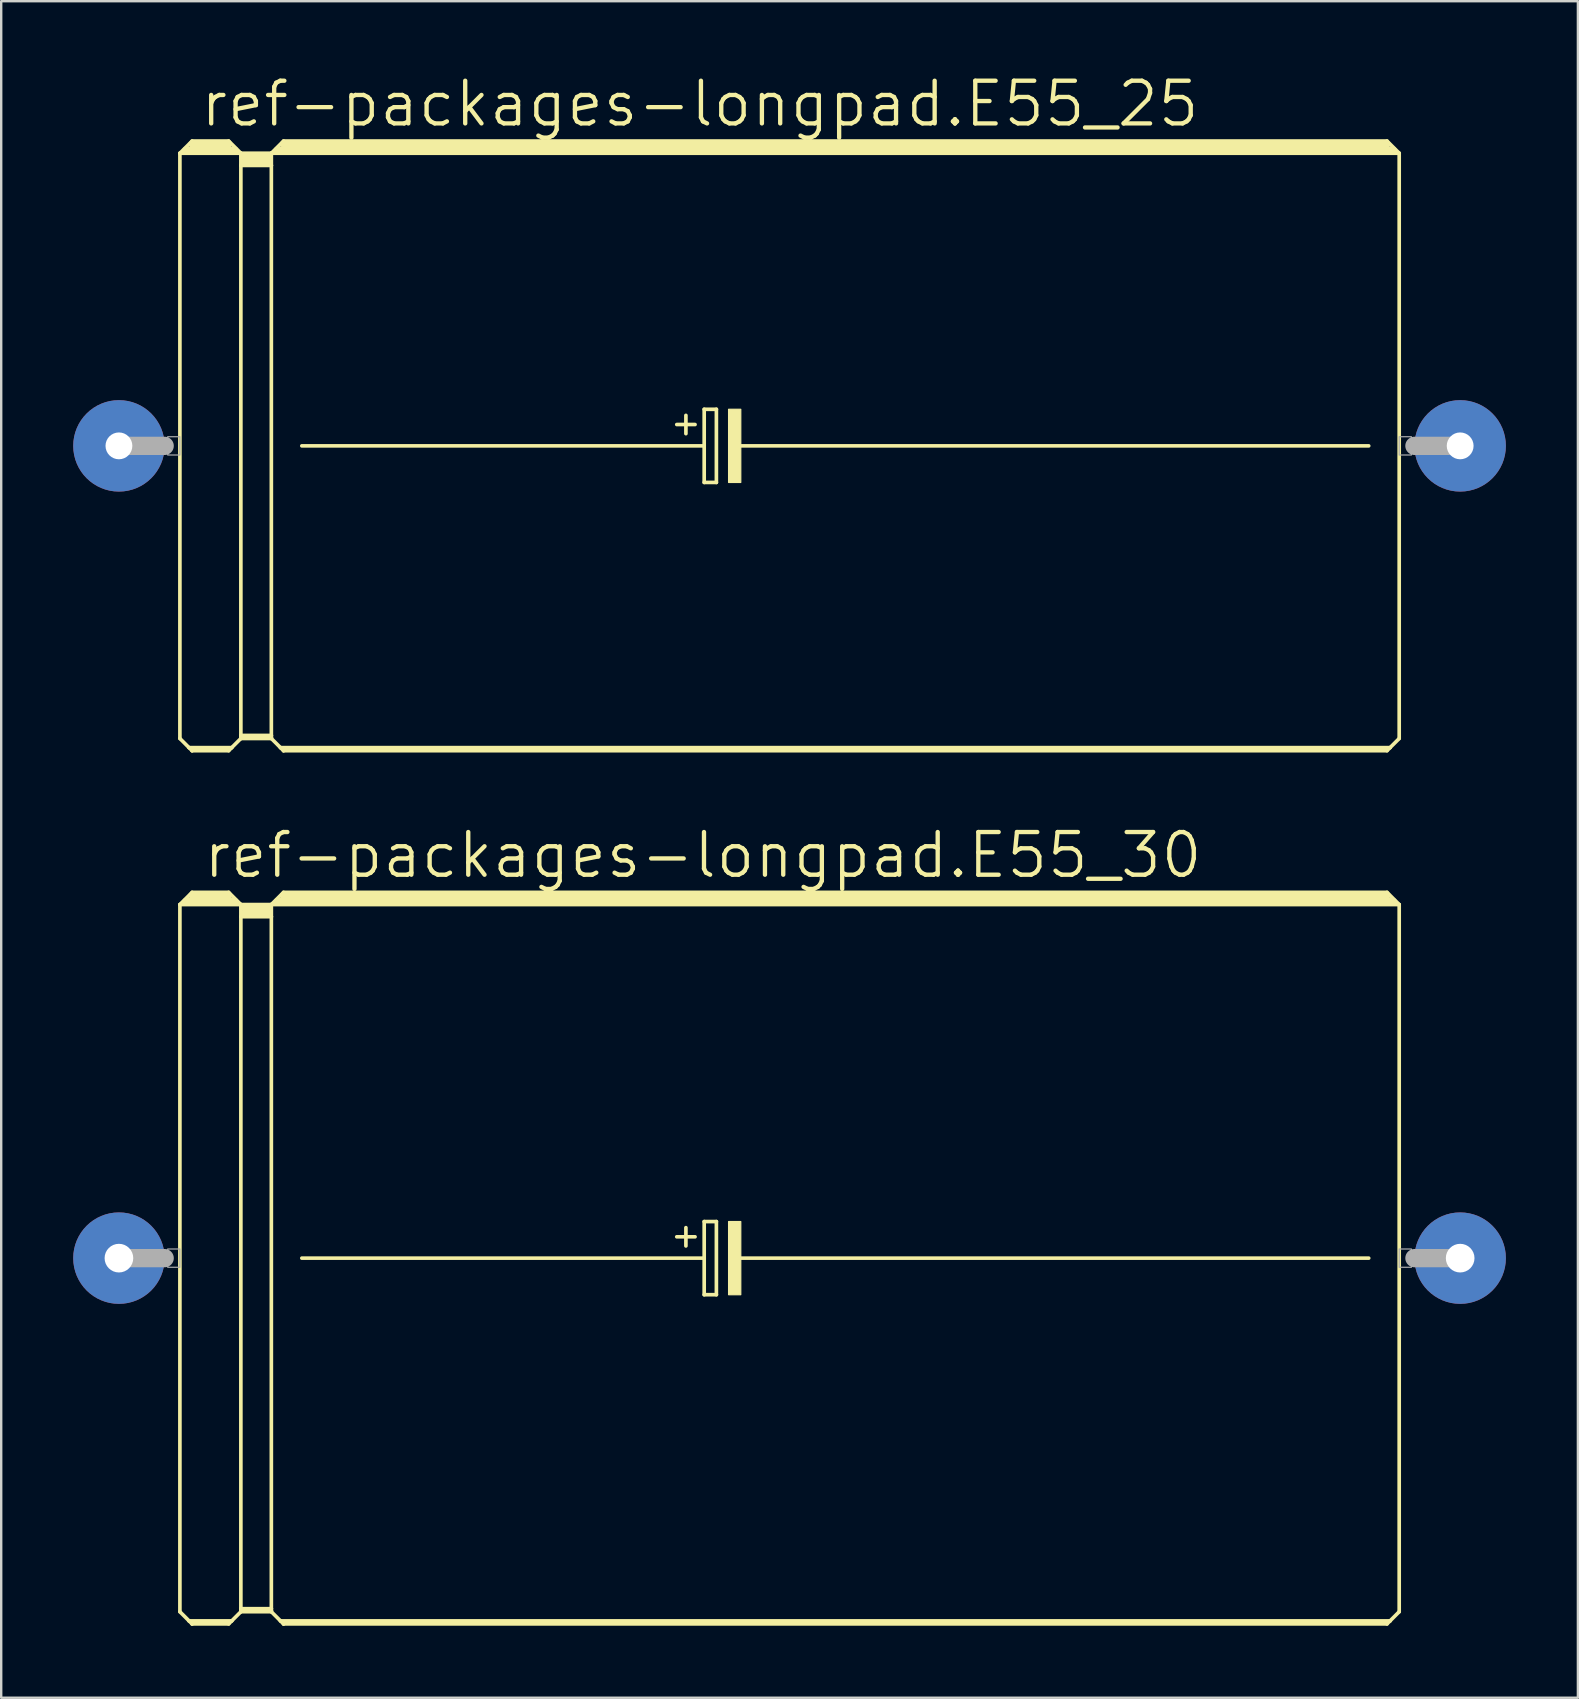
<source format=kicad_pcb>
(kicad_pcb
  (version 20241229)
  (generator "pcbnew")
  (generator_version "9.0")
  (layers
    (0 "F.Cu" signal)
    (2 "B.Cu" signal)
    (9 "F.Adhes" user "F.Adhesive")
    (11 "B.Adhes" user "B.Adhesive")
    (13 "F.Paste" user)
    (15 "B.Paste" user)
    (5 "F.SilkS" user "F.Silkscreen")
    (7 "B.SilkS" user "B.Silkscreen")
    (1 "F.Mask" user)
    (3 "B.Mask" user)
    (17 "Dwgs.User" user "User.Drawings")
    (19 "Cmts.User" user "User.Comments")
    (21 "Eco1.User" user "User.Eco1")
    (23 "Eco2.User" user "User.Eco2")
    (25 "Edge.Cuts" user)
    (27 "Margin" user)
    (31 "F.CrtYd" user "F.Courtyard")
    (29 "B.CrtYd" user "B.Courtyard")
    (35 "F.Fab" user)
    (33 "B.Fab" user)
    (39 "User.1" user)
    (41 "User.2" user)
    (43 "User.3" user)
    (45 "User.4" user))
  (footprint "ref-packages-longpad.E55_25"
    (layer "F.Cu")
    (at 29.845 15.526)
    (property "Reference" "ref-packages-longpad.E55_25" (at -24.638 -13.208 0) (layer "F.SilkS") (effects (font (size 1.778 1.778) (thickness 0.18)) (justify left bottom)))
    (attr through_hole)
    (fp_line (start -25.4 -12.192) (end -25.4 12.192) (stroke (width 0.152) (type default)) (layer "F.SilkS"))
    (fp_line (start -25.4 -12.192) (end -24.892 -12.7) (stroke (width 0.152) (type default)) (layer "F.SilkS"))
    (fp_line (start -25.4 -12.192) (end -22.86 -12.192) (stroke (width 0.152) (type default)) (layer "F.SilkS"))
    (fp_line (start -25.4 12.192) (end -25.019 12.573) (stroke (width 0.152) (type default)) (layer "F.SilkS"))
    (fp_line (start -25.146 -12.319) (end -23.114 -12.319) (stroke (width 0.305) (type default)) (layer "F.SilkS"))
    (fp_line (start -25.019 12.573) (end -24.892 12.7) (stroke (width 0.152) (type default)) (layer "F.SilkS"))
    (fp_line (start -25.019 12.573) (end -23.241 12.573) (stroke (width 0.152) (type default)) (layer "F.SilkS"))
    (fp_line (start -24.892 -12.7) (end -23.368 -12.7) (stroke (width 0.152) (type default)) (layer "F.SilkS"))
    (fp_line (start -24.892 -12.573) (end -23.368 -12.573) (stroke (width 0.305) (type default)) (layer "F.SilkS"))
    (fp_line (start -24.892 12.649) (end -23.368 12.649) (stroke (width 0.152) (type default)) (layer "F.SilkS"))
    (fp_line (start -24.892 12.7) (end -24.892 12.649) (stroke (width 0.152) (type default)) (layer "F.SilkS"))
    (fp_line (start -24.892 12.7) (end -23.368 12.7) (stroke (width 0.152) (type default)) (layer "F.SilkS"))
    (fp_line (start -23.368 -12.7) (end -22.86 -12.192) (stroke (width 0.152) (type default)) (layer "F.SilkS"))
    (fp_line (start -23.368 12.7) (end -23.241 12.573) (stroke (width 0.152) (type default)) (layer "F.SilkS"))
    (fp_line (start -23.241 12.573) (end -22.86 12.192) (stroke (width 0.152) (type default)) (layer "F.SilkS"))
    (fp_line (start -22.86 -12.192) (end -21.59 -12.192) (stroke (width 0.152) (type default)) (layer "F.SilkS"))
    (fp_line (start -22.86 -11.684) (end -22.86 -12.192) (stroke (width 0.152) (type default)) (layer "F.SilkS"))
    (fp_line (start -22.86 -11.684) (end -21.59 -11.684) (stroke (width 0.152) (type default)) (layer "F.SilkS"))
    (fp_line (start -22.86 12.065) (end -22.86 -11.684) (stroke (width 0.152) (type default)) (layer "F.SilkS"))
    (fp_line (start -22.86 12.065) (end -21.59 12.065) (stroke (width 0.152) (type default)) (layer "F.SilkS"))
    (fp_line (start -22.86 12.141) (end -22.86 12.065) (stroke (width 0.152) (type default)) (layer "F.SilkS"))
    (fp_line (start -22.86 12.141) (end -21.59 12.141) (stroke (width 0.152) (type default)) (layer "F.SilkS"))
    (fp_line (start -22.86 12.192) (end -22.86 12.141) (stroke (width 0.152) (type default)) (layer "F.SilkS"))
    (fp_line (start -22.86 12.192) (end -21.59 12.192) (stroke (width 0.152) (type default)) (layer "F.SilkS"))
    (fp_line (start -22.733 -12.065) (end -21.717 -12.065) (stroke (width 0.305) (type default)) (layer "F.SilkS"))
    (fp_line (start -22.733 -11.811) (end -21.717 -11.811) (stroke (width 0.305) (type default)) (layer "F.SilkS"))
    (fp_line (start -21.59 -12.192) (end -21.082 -12.7) (stroke (width 0.152) (type default)) (layer "F.SilkS"))
    (fp_line (start -21.59 -12.192) (end 25.4 -12.192) (stroke (width 0.152) (type default)) (layer "F.SilkS"))
    (fp_line (start -21.59 -11.684) (end -21.59 -12.192) (stroke (width 0.152) (type default)) (layer "F.SilkS"))
    (fp_line (start -21.59 12.065) (end -21.59 -11.684) (stroke (width 0.152) (type default)) (layer "F.SilkS"))
    (fp_line (start -21.59 12.141) (end -21.59 12.065) (stroke (width 0.152) (type default)) (layer "F.SilkS"))
    (fp_line (start -21.59 12.192) (end -21.59 12.141) (stroke (width 0.152) (type default)) (layer "F.SilkS"))
    (fp_line (start -21.59 12.192) (end -21.209 12.573) (stroke (width 0.152) (type default)) (layer "F.SilkS"))
    (fp_line (start -21.336 -12.319) (end 25.146 -12.319) (stroke (width 0.305) (type default)) (layer "F.SilkS"))
    (fp_line (start -21.209 12.573) (end -21.082 12.7) (stroke (width 0.152) (type default)) (layer "F.SilkS"))
    (fp_line (start -21.209 12.573) (end 25.019 12.573) (stroke (width 0.152) (type default)) (layer "F.SilkS"))
    (fp_line (start -21.082 -12.7) (end 24.892 -12.7) (stroke (width 0.152) (type default)) (layer "F.SilkS"))
    (fp_line (start -21.082 -12.573) (end 24.892 -12.573) (stroke (width 0.305) (type default)) (layer "F.SilkS"))
    (fp_line (start -21.082 12.649) (end 24.892 12.649) (stroke (width 0.152) (type default)) (layer "F.SilkS"))
    (fp_line (start -21.082 12.7) (end -21.082 12.649) (stroke (width 0.152) (type default)) (layer "F.SilkS"))
    (fp_line (start -21.082 12.7) (end 24.892 12.7) (stroke (width 0.152) (type default)) (layer "F.SilkS"))
    (fp_line (start -20.32 0) (end -3.556 0) (stroke (width 0.152) (type default)) (layer "F.SilkS"))
    (fp_line (start -4.699 -0.889) (end -3.937 -0.889) (stroke (width 0.152) (type default)) (layer "F.SilkS"))
    (fp_line (start -4.318 -1.27) (end -4.318 -0.508) (stroke (width 0.152) (type default)) (layer "F.SilkS"))
    (fp_line (start -3.556 -1.524) (end -3.556 0) (stroke (width 0.152) (type default)) (layer "F.SilkS"))
    (fp_line (start -3.556 0) (end -3.556 1.524) (stroke (width 0.152) (type default)) (layer "F.SilkS"))
    (fp_line (start -3.556 1.524) (end -3.048 1.524) (stroke (width 0.152) (type default)) (layer "F.SilkS"))
    (fp_line (start -3.048 -1.524) (end -3.556 -1.524) (stroke (width 0.152) (type default)) (layer "F.SilkS"))
    (fp_line (start -3.048 1.524) (end -3.048 -1.524) (stroke (width 0.152) (type default)) (layer "F.SilkS"))
    (fp_line (start -2.159 0) (end 24.13 0) (stroke (width 0.152) (type default)) (layer "F.SilkS"))
    (fp_line (start 24.892 -12.7) (end 25.4 -12.192) (stroke (width 0.152) (type default)) (layer "F.SilkS"))
    (fp_line (start 24.892 12.7) (end 25.019 12.573) (stroke (width 0.152) (type default)) (layer "F.SilkS"))
    (fp_line (start 25.019 12.573) (end 25.4 12.192) (stroke (width 0.152) (type default)) (layer "F.SilkS"))
    (fp_line (start 25.4 -12.192) (end 25.4 12.192) (stroke (width 0.152) (type default)) (layer "F.SilkS"))
    (fp_rect (start -2.54 1.524) (end -2.032 -1.524) (stroke (width 0.05) (type default)) (fill yes) (layer "F.SilkS"))
    (fp_line (start -27.94 0) (end -26.035 0) (stroke (width 0.762) (type default)) (layer "F.Fab"))
    (fp_line (start 27.94 0) (end 26.035 0) (stroke (width 0.762) (type default)) (layer "F.Fab"))
    (fp_rect (start -25.908 0.381) (end -25.4 -0.381) (stroke (width 0.05) (type default)) (fill no) (layer "F.Fab"))
    (fp_rect (start 25.4 0.381) (end 25.908 -0.381) (stroke (width 0.05) (type default)) (fill no) (layer "F.Fab"))
    (pad "+" thru_hole circle (at -27.94 0) (size 3.81 3.81) (drill 1.118) (layers "*.Cu" "*.Mask"))
    (pad "-" thru_hole circle (at 27.94 0) (size 3.81 3.81) (drill 1.118) (layers "*.Cu" "*.Mask")))
  (footprint "ref-packages-longpad.E55_30"
    (layer "F.Cu")
    (at 29.845 49.368)
    (property "Reference" "ref-packages-longpad.E55_30" (at -24.511 -15.748 0) (layer "F.SilkS") (effects (font (size 1.778 1.778) (thickness 0.18)) (justify left bottom)))
    (attr through_hole)
    (fp_line (start -25.4 -14.732) (end -25.4 14.732) (stroke (width 0.152) (type default)) (layer "F.SilkS"))
    (fp_line (start -25.4 -14.732) (end -24.892 -15.24) (stroke (width 0.152) (type default)) (layer "F.SilkS"))
    (fp_line (start -25.4 -14.732) (end -22.86 -14.732) (stroke (width 0.152) (type default)) (layer "F.SilkS"))
    (fp_line (start -25.4 14.732) (end -25.019 15.113) (stroke (width 0.152) (type default)) (layer "F.SilkS"))
    (fp_line (start -25.146 -14.859) (end -23.114 -14.859) (stroke (width 0.305) (type default)) (layer "F.SilkS"))
    (fp_line (start -25.019 15.113) (end -24.892 15.24) (stroke (width 0.152) (type default)) (layer "F.SilkS"))
    (fp_line (start -25.019 15.113) (end -23.241 15.113) (stroke (width 0.152) (type default)) (layer "F.SilkS"))
    (fp_line (start -24.892 -15.24) (end -23.368 -15.24) (stroke (width 0.152) (type default)) (layer "F.SilkS"))
    (fp_line (start -24.892 -15.113) (end -23.368 -15.113) (stroke (width 0.305) (type default)) (layer "F.SilkS"))
    (fp_line (start -24.892 15.189) (end -23.368 15.189) (stroke (width 0.152) (type default)) (layer "F.SilkS"))
    (fp_line (start -24.892 15.24) (end -24.892 15.189) (stroke (width 0.152) (type default)) (layer "F.SilkS"))
    (fp_line (start -24.892 15.24) (end -23.368 15.24) (stroke (width 0.152) (type default)) (layer "F.SilkS"))
    (fp_line (start -23.368 -15.24) (end -22.86 -14.732) (stroke (width 0.152) (type default)) (layer "F.SilkS"))
    (fp_line (start -23.368 15.24) (end -23.241 15.113) (stroke (width 0.152) (type default)) (layer "F.SilkS"))
    (fp_line (start -23.241 15.113) (end -22.86 14.732) (stroke (width 0.152) (type default)) (layer "F.SilkS"))
    (fp_line (start -22.86 -14.732) (end -21.59 -14.732) (stroke (width 0.152) (type default)) (layer "F.SilkS"))
    (fp_line (start -22.86 -14.224) (end -22.86 -14.732) (stroke (width 0.152) (type default)) (layer "F.SilkS"))
    (fp_line (start -22.86 -14.224) (end -21.59 -14.224) (stroke (width 0.152) (type default)) (layer "F.SilkS"))
    (fp_line (start -22.86 14.605) (end -22.86 -14.224) (stroke (width 0.152) (type default)) (layer "F.SilkS"))
    (fp_line (start -22.86 14.605) (end -21.59 14.605) (stroke (width 0.152) (type default)) (layer "F.SilkS"))
    (fp_line (start -22.86 14.681) (end -22.86 14.605) (stroke (width 0.152) (type default)) (layer "F.SilkS"))
    (fp_line (start -22.86 14.681) (end -21.59 14.681) (stroke (width 0.152) (type default)) (layer "F.SilkS"))
    (fp_line (start -22.86 14.732) (end -22.86 14.681) (stroke (width 0.152) (type default)) (layer "F.SilkS"))
    (fp_line (start -22.86 14.732) (end -21.59 14.732) (stroke (width 0.152) (type default)) (layer "F.SilkS"))
    (fp_line (start -22.733 -14.605) (end -21.717 -14.605) (stroke (width 0.305) (type default)) (layer "F.SilkS"))
    (fp_line (start -22.733 -14.351) (end -21.717 -14.351) (stroke (width 0.305) (type default)) (layer "F.SilkS"))
    (fp_line (start -21.59 -14.732) (end -21.082 -15.24) (stroke (width 0.152) (type default)) (layer "F.SilkS"))
    (fp_line (start -21.59 -14.732) (end 25.4 -14.732) (stroke (width 0.152) (type default)) (layer "F.SilkS"))
    (fp_line (start -21.59 -14.224) (end -21.59 -14.732) (stroke (width 0.152) (type default)) (layer "F.SilkS"))
    (fp_line (start -21.59 14.605) (end -21.59 -14.224) (stroke (width 0.152) (type default)) (layer "F.SilkS"))
    (fp_line (start -21.59 14.681) (end -21.59 14.605) (stroke (width 0.152) (type default)) (layer "F.SilkS"))
    (fp_line (start -21.59 14.732) (end -21.59 14.681) (stroke (width 0.152) (type default)) (layer "F.SilkS"))
    (fp_line (start -21.59 14.732) (end -21.209 15.113) (stroke (width 0.152) (type default)) (layer "F.SilkS"))
    (fp_line (start -21.336 -14.859) (end 25.146 -14.859) (stroke (width 0.305) (type default)) (layer "F.SilkS"))
    (fp_line (start -21.209 15.113) (end -21.082 15.24) (stroke (width 0.152) (type default)) (layer "F.SilkS"))
    (fp_line (start -21.209 15.113) (end 25.019 15.113) (stroke (width 0.152) (type default)) (layer "F.SilkS"))
    (fp_line (start -21.082 -15.24) (end 24.892 -15.24) (stroke (width 0.152) (type default)) (layer "F.SilkS"))
    (fp_line (start -21.082 -15.113) (end 24.892 -15.113) (stroke (width 0.305) (type default)) (layer "F.SilkS"))
    (fp_line (start -21.082 15.189) (end 24.892 15.189) (stroke (width 0.152) (type default)) (layer "F.SilkS"))
    (fp_line (start -21.082 15.24) (end -21.082 15.189) (stroke (width 0.152) (type default)) (layer "F.SilkS"))
    (fp_line (start -21.082 15.24) (end 24.892 15.24) (stroke (width 0.152) (type default)) (layer "F.SilkS"))
    (fp_line (start -20.32 0) (end -3.556 0) (stroke (width 0.152) (type default)) (layer "F.SilkS"))
    (fp_line (start -4.699 -0.889) (end -3.937 -0.889) (stroke (width 0.152) (type default)) (layer "F.SilkS"))
    (fp_line (start -4.318 -1.27) (end -4.318 -0.508) (stroke (width 0.152) (type default)) (layer "F.SilkS"))
    (fp_line (start -3.556 -1.524) (end -3.556 0) (stroke (width 0.152) (type default)) (layer "F.SilkS"))
    (fp_line (start -3.556 0) (end -3.556 1.524) (stroke (width 0.152) (type default)) (layer "F.SilkS"))
    (fp_line (start -3.556 1.524) (end -3.048 1.524) (stroke (width 0.152) (type default)) (layer "F.SilkS"))
    (fp_line (start -3.048 -1.524) (end -3.556 -1.524) (stroke (width 0.152) (type default)) (layer "F.SilkS"))
    (fp_line (start -3.048 1.524) (end -3.048 -1.524) (stroke (width 0.152) (type default)) (layer "F.SilkS"))
    (fp_line (start -2.159 0) (end 24.13 0) (stroke (width 0.152) (type default)) (layer "F.SilkS"))
    (fp_line (start 24.892 -15.24) (end 25.4 -14.732) (stroke (width 0.152) (type default)) (layer "F.SilkS"))
    (fp_line (start 24.892 15.24) (end 25.019 15.113) (stroke (width 0.152) (type default)) (layer "F.SilkS"))
    (fp_line (start 25.019 15.113) (end 25.4 14.732) (stroke (width 0.152) (type default)) (layer "F.SilkS"))
    (fp_line (start 25.4 -14.732) (end 25.4 14.732) (stroke (width 0.152) (type default)) (layer "F.SilkS"))
    (fp_rect (start -2.54 1.524) (end -2.032 -1.524) (stroke (width 0.05) (type default)) (fill yes) (layer "F.SilkS"))
    (fp_line (start -27.94 0) (end -26.035 0) (stroke (width 0.762) (type default)) (layer "F.Fab"))
    (fp_line (start 27.94 0) (end 26.035 0) (stroke (width 0.762) (type default)) (layer "F.Fab"))
    (fp_rect (start -25.908 0.381) (end -25.4 -0.381) (stroke (width 0.05) (type default)) (fill no) (layer "F.Fab"))
    (fp_rect (start 25.4 0.381) (end 25.908 -0.381) (stroke (width 0.05) (type default)) (fill no) (layer "F.Fab"))
    (pad "+" thru_hole circle (at -27.94 0) (size 3.81 3.81) (drill 1.194) (layers "*.Cu" "*.Mask"))
    (pad "-" thru_hole circle (at 27.94 0) (size 3.81 3.81) (drill 1.194) (layers "*.Cu" "*.Mask")))
  (gr_rect
    (start -3 -3)
    (end 62.69 67.684)
    (stroke (width 0.1) (type default))
    (fill no)
    (layer "Edge.Cuts")))
</source>
